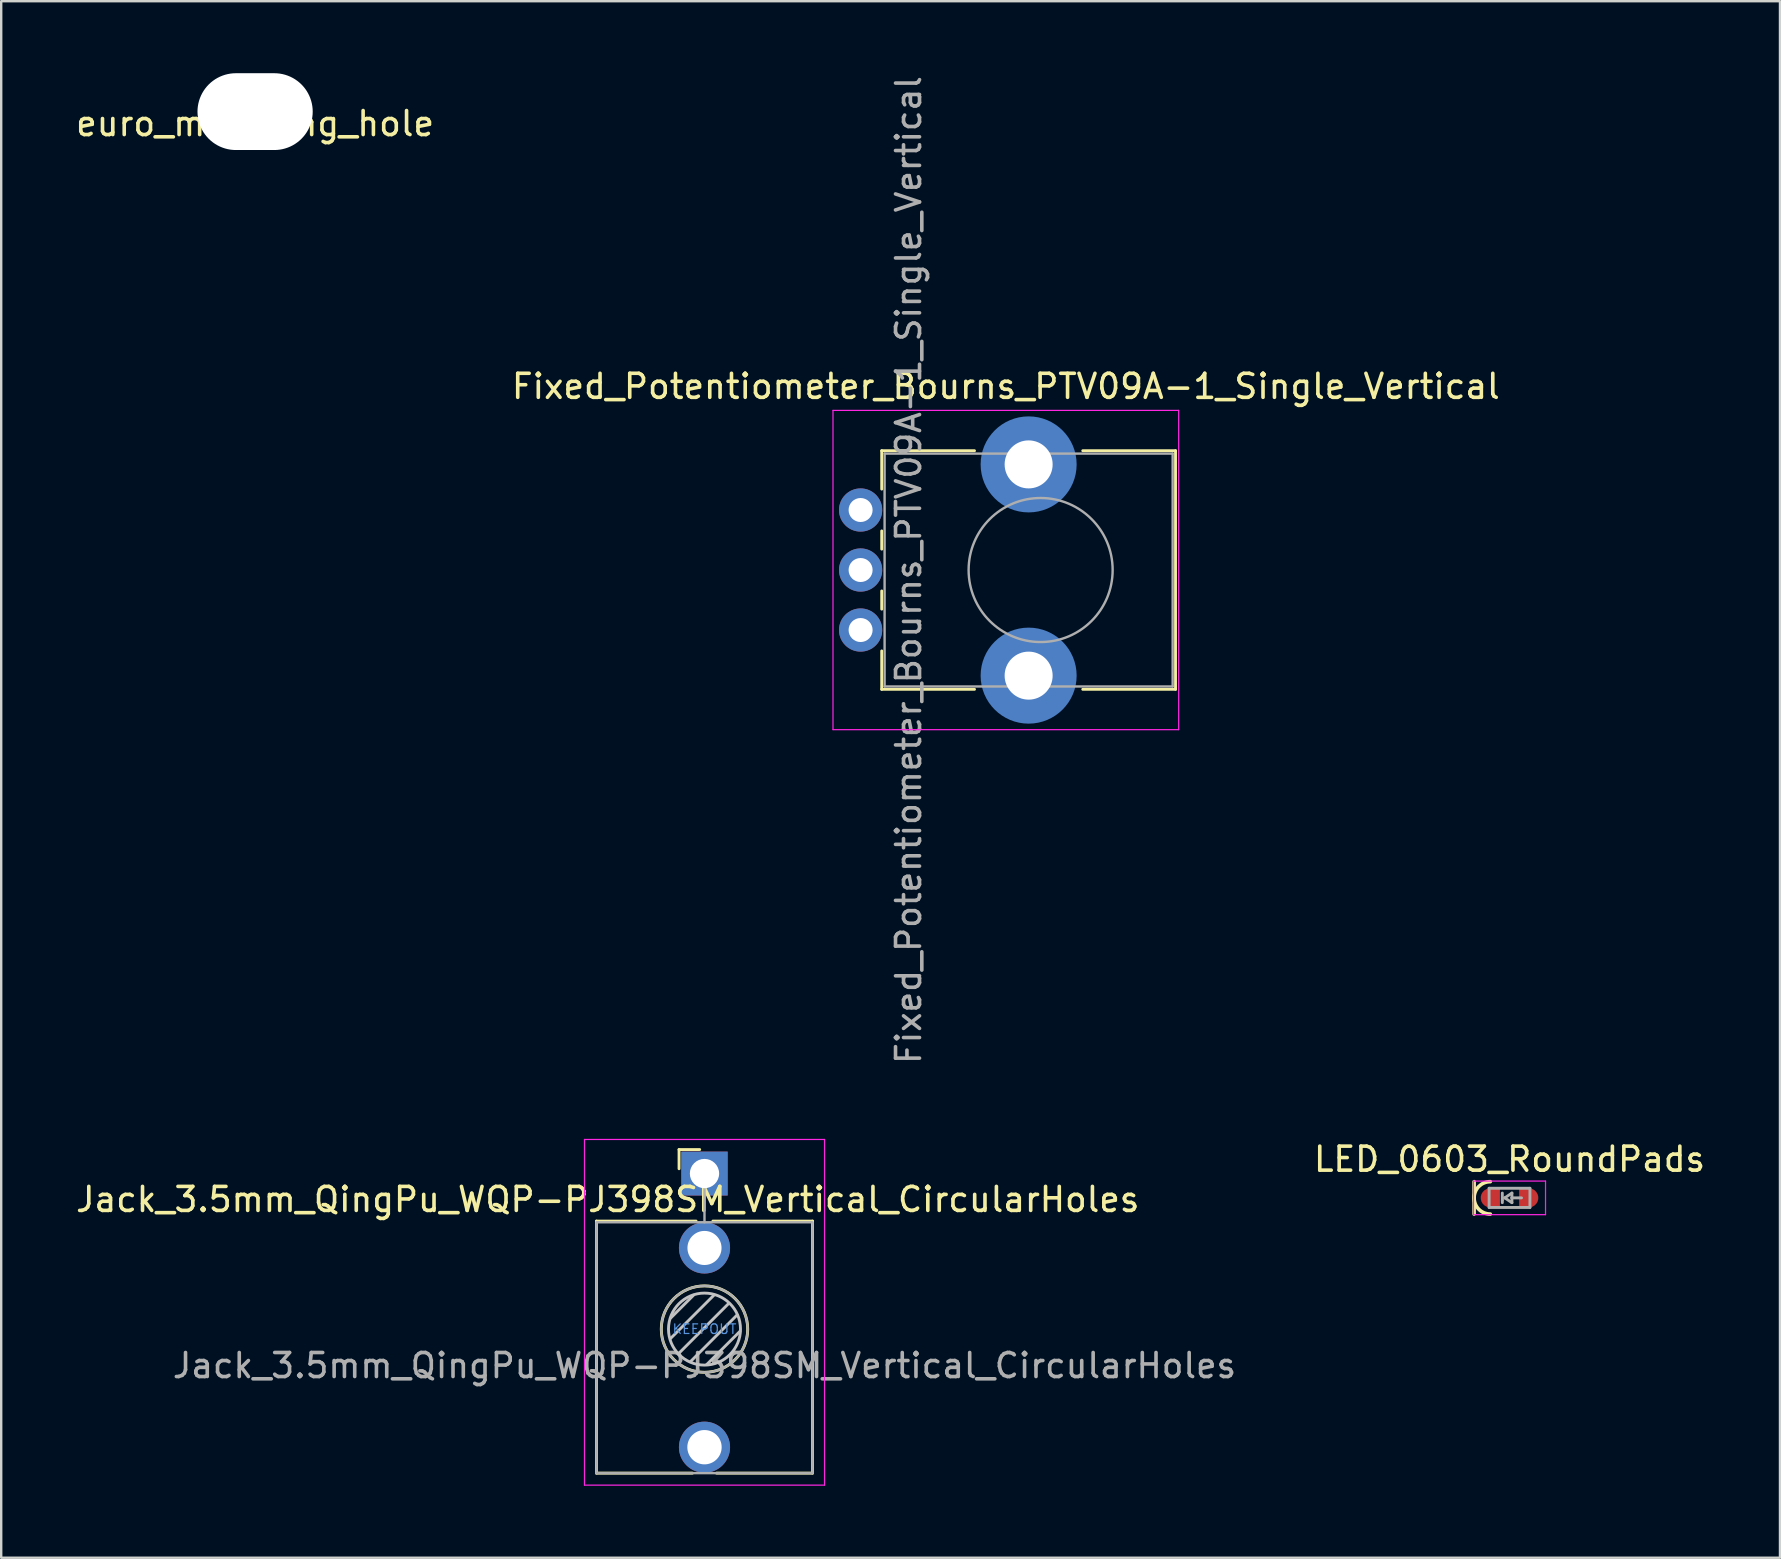
<source format=kicad_pcb>
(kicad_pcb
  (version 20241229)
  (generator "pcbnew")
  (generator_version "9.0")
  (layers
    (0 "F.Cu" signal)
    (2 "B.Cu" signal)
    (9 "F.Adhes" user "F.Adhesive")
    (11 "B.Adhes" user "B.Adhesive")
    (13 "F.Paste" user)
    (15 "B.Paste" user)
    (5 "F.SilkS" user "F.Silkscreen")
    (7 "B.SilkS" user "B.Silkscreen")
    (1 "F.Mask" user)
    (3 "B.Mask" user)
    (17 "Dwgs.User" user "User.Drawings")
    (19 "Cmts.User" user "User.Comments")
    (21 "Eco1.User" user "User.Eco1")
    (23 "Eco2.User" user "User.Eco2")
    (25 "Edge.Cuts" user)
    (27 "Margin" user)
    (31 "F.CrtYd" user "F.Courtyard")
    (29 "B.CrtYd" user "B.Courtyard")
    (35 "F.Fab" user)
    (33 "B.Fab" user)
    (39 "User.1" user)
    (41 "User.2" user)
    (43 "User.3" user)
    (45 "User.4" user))
  (footprint "LED_0603_RoundPads"
    (layer "F.Cu")
    (at 59.834 46.851)
    (property "Reference" "LED_0603_RoundPads" (at 0 -1.61 0) (layer "F.SilkS") (effects (font (size 1 1) (thickness 0.15))))
    (attr smd)
    (fp_line (start -1.475 -0.675) (end -1.475 0.675) (stroke (width 0.15) (type solid)) (layer "F.SilkS"))
    (fp_arc (start -0.8 0.675) (mid -1.475 0) (end -0.8 -0.675) (stroke (width 0.15) (type solid)) (layer "F.SilkS"))
    (fp_line (start -1.5 -0.7) (end 1.5 -0.7) (stroke (width 0.05) (type solid)) (layer "F.CrtYd"))
    (fp_line (start -1.5 0.7) (end -1.5 -0.7) (stroke (width 0.05) (type solid)) (layer "F.CrtYd"))
    (fp_line (start -1.5 0.7) (end 1.5 0.7) (stroke (width 0.05) (type solid)) (layer "F.CrtYd"))
    (fp_line (start 1.5 0.7) (end 1.5 -0.7) (stroke (width 0.05) (type solid)) (layer "F.CrtYd"))
    (fp_line (start -0.85 -0.4) (end 0.85 -0.4) (stroke (width 0.12) (type solid)) (layer "F.Fab"))
    (fp_line (start -0.85 0.4) (end -0.85 -0.4) (stroke (width 0.12) (type solid)) (layer "F.Fab"))
    (fp_line (start -0.85 0.4) (end 0.85 0.4) (stroke (width 0.12) (type solid)) (layer "F.Fab"))
    (fp_line (start -0.3 -0.2) (end -0.3 0.1) (stroke (width 0.12) (type solid)) (layer "F.Fab"))
    (fp_line (start -0.3 0.2) (end -0.3 0.1) (stroke (width 0.12) (type solid)) (layer "F.Fab"))
    (fp_line (start -0.2 0) (end 0.1 0.2) (stroke (width 0.12) (type solid)) (layer "F.Fab"))
    (fp_line (start 0.1 -0.2) (end -0.2 0) (stroke (width 0.12) (type solid)) (layer "F.Fab"))
    (fp_line (start 0.1 0) (end 0.1 -0.2) (stroke (width 0.12) (type solid)) (layer "F.Fab"))
    (fp_line (start 0.1 0.2) (end 0.1 0) (stroke (width 0.12) (type solid)) (layer "F.Fab"))
    (fp_line (start 0.5 0) (end 0.1 0) (stroke (width 0.12) (type solid)) (layer "F.Fab"))
    (fp_line (start 0.85 0.4) (end 0.85 -0.4) (stroke (width 0.12) (type solid)) (layer "F.Fab"))
    (pad "1" smd custom (at -0.8 0 180) (size 0.8 0.8) (layers "F.Cu" "F.Mask" "F.Paste") (options (anchor circle)) (primitives (gr_poly (pts (xy 0 0.4) (xy -0.4 0.4) (xy -0.4 -0.4) (xy 0 -0.4)) (width 0) (fill yes))))
    (pad "2" smd custom (at 0.8 0) (size 0.8 0.8) (layers "F.Cu" "F.Mask" "F.Paste") (options (anchor circle)) (primitives (gr_poly (pts (xy 0 0.4) (xy -0.4 0.4) (xy -0.4 -0.4) (xy 0 -0.4)) (width 0) (fill yes)))))
  (footprint "euro_mounting_hole"
    (layer "F.Cu")
    (at 7.577 1.6)
    (property "Reference" "euro_mounting_hole" (at 0 0.5 0) (layer "F.SilkS") (effects (font (size 1 1) (thickness 0.15))))
    (attr through_hole)
    (pad "" np_thru_hole oval (at 0 0) (size 4.8 3.2) (drill oval 4.8 3.2) (layers "*.Cu" "*.Mask")))
  (footprint "Jack_3.5mm_QingPu_WQP-PJ398SM_Vertical_CircularHoles"
    (layer "F.Cu")
    (at 26.298 45.838)
    (property "Reference" "Jack_3.5mm_QingPu_WQP-PJ398SM_Vertical_CircularHoles" (at -4.03 1.08 180) (layer "F.SilkS") (effects (font (size 1 1) (thickness 0.15))))
    (attr through_hole)
    (fp_line (start -4.5 1.98) (end -4.5 12.48) (stroke (width 0.12) (type solid)) (layer "F.SilkS"))
    (fp_line (start -1.06 -1) (end -1.06 -0.2) (stroke (width 0.12) (type solid)) (layer "F.SilkS"))
    (fp_line (start -1.06 -1) (end -0.2 -1) (stroke (width 0.12) (type solid)) (layer "F.SilkS"))
    (fp_line (start -0.5 12.48) (end -4.5 12.48) (stroke (width 0.12) (type solid)) (layer "F.SilkS"))
    (fp_line (start -0.35 1.98) (end -4.5 1.98) (stroke (width 0.12) (type solid)) (layer "F.SilkS"))
    (fp_line (start 4.5 1.98) (end 0.35 1.98) (stroke (width 0.12) (type solid)) (layer "F.SilkS"))
    (fp_line (start 4.5 1.98) (end 4.5 12.48) (stroke (width 0.12) (type solid)) (layer "F.SilkS"))
    (fp_line (start 4.5 12.48) (end 0.5 12.48) (stroke (width 0.12) (type solid)) (layer "F.SilkS"))
    (fp_circle (center 0 6.48) (end 1.8 6.48) (stroke (width 0.12) (type solid)) (fill no) (layer "F.SilkS"))
    (fp_line (start -1.42 6.875) (end 0.4 5.06) (stroke (width 0.12) (type solid)) (layer "Dwgs.User"))
    (fp_line (start -1.41 6.02) (end -0.46 5.07) (stroke (width 0.12) (type solid)) (layer "Dwgs.User"))
    (fp_line (start -1.07 7.49) (end 1.01 5.41) (stroke (width 0.12) (type solid)) (layer "Dwgs.User"))
    (fp_line (start -0.58 7.83) (end 1.36 5.89) (stroke (width 0.12) (type solid)) (layer "Dwgs.User"))
    (fp_line (start 0.09 7.96) (end 1.48 6.57) (stroke (width 0.12) (type solid)) (layer "Dwgs.User"))
    (fp_circle (center 0 6.48) (end 1.5 6.48) (stroke (width 0.12) (type solid)) (fill no) (layer "Dwgs.User"))
    (fp_line (start -5 12.98) (end -5 -1.42) (stroke (width 0.05) (type solid)) (layer "F.CrtYd"))
    (fp_line (start 5 -1.42) (end -5 -1.42) (stroke (width 0.05) (type solid)) (layer "F.CrtYd"))
    (fp_line (start 5 12.98) (end -5 12.98) (stroke (width 0.05) (type solid)) (layer "F.CrtYd"))
    (fp_line (start 5 12.98) (end 5 -1.42) (stroke (width 0.05) (type solid)) (layer "F.CrtYd"))
    (fp_line (start -4.5 12.48) (end -4.5 2.08) (stroke (width 0.1) (type solid)) (layer "F.Fab"))
    (fp_line (start 0 0) (end 0 2.03) (stroke (width 0.1) (type solid)) (layer "F.Fab"))
    (fp_line (start 4.5 2.03) (end -4.5 2.03) (stroke (width 0.1) (type solid)) (layer "F.Fab"))
    (fp_line (start 4.5 12.48) (end -4.5 12.48) (stroke (width 0.1) (type solid)) (layer "F.Fab"))
    (fp_line (start 4.5 12.48) (end 4.5 2.08) (stroke (width 0.1) (type solid)) (layer "F.Fab"))
    (fp_circle (center 0 6.48) (end 1.8 6.48) (stroke (width 0.1) (type solid)) (fill no) (layer "F.Fab"))
    (fp_text user "KEEPOUT" (at 0 6.48 0) (layer "Cmts.User") (effects (font (size 0.4 0.4) (thickness 0.051))))
    (fp_text user "${REFERENCE}" (at 0 8 180) (layer "F.Fab") (effects (font (size 1 1) (thickness 0.15))))
    (pad "S" thru_hole rect (at 0 0 180) (size 1.93 1.83) (drill 1.22) (layers "*.Cu" "*.Mask"))
    (pad "T" thru_hole circle (at 0 11.4 180) (size 2.13 2.13) (drill 1.43) (layers "*.Cu" "*.Mask"))
    (pad "TN" thru_hole circle (at 0 3.1 180) (size 2.13 2.13) (drill 1.42) (layers "*.Cu" "*.Mask")))
  (footprint "Fixed_Potentiometer_Bourns_PTV09A-1_Single_Vertical"
    (layer "F.Cu")
    (at 40.301 20.696)
    (property "Reference" "Fixed_Potentiometer_Bourns_PTV09A-1_Single_Vertical" (at -1.45 -7.65 0) (layer "F.SilkS") (effects (font (size 1 1) (thickness 0.15))))
    (attr through_hole)
    (fp_line (start -6.62 -4.97) (end -6.62 -3.371) (stroke (width 0.12) (type solid)) (layer "F.SilkS"))
    (fp_line (start -6.62 -4.97) (end -2.755 -4.97) (stroke (width 0.12) (type solid)) (layer "F.SilkS"))
    (fp_line (start -6.62 -1.629) (end -6.62 -0.87) (stroke (width 0.12) (type solid)) (layer "F.SilkS"))
    (fp_line (start -6.62 0.871) (end -6.62 1.63) (stroke (width 0.12) (type solid)) (layer "F.SilkS"))
    (fp_line (start -6.62 3.37) (end -6.62 4.97) (stroke (width 0.12) (type solid)) (layer "F.SilkS"))
    (fp_line (start -6.62 4.97) (end -2.755 4.97) (stroke (width 0.12) (type solid)) (layer "F.SilkS"))
    (fp_line (start 1.755 -4.97) (end 5.62 -4.97) (stroke (width 0.12) (type solid)) (layer "F.SilkS"))
    (fp_line (start 1.755 4.97) (end 5.62 4.97) (stroke (width 0.12) (type solid)) (layer "F.SilkS"))
    (fp_line (start 5.62 -4.97) (end 5.62 4.97) (stroke (width 0.12) (type solid)) (layer "F.SilkS"))
    (fp_line (start -8.65 -6.65) (end -8.65 6.65) (stroke (width 0.05) (type solid)) (layer "F.CrtYd"))
    (fp_line (start -8.65 6.65) (end 5.75 6.65) (stroke (width 0.05) (type solid)) (layer "F.CrtYd"))
    (fp_line (start 5.75 -6.65) (end -8.65 -6.65) (stroke (width 0.05) (type solid)) (layer "F.CrtYd"))
    (fp_line (start 5.75 6.65) (end 5.75 -6.65) (stroke (width 0.05) (type solid)) (layer "F.CrtYd"))
    (fp_line (start -6.5 -4.85) (end -6.5 4.85) (stroke (width 0.1) (type solid)) (layer "F.Fab"))
    (fp_line (start -6.5 4.85) (end 5.5 4.85) (stroke (width 0.1) (type solid)) (layer "F.Fab"))
    (fp_line (start 5.5 -4.85) (end -6.5 -4.85) (stroke (width 0.1) (type solid)) (layer "F.Fab"))
    (fp_line (start 5.5 4.85) (end 5.5 -4.85) (stroke (width 0.1) (type solid)) (layer "F.Fab"))
    (fp_circle (center 0 0) (end 3 0) (stroke (width 0.1) (type solid)) (fill no) (layer "F.Fab"))
    (fp_text user "${REFERENCE}" (at -5.5 0 90) (layer "F.Fab") (effects (font (size 1 1) (thickness 0.15))))
    (pad "1" thru_hole circle (at -7.5 2.5) (size 1.8 1.8) (drill 1) (layers "*.Cu" "*.Mask"))
    (pad "2" thru_hole circle (at -7.5 0) (size 1.8 1.8) (drill 1) (layers "*.Cu" "*.Mask"))
    (pad "3" thru_hole circle (at -7.5 -2.5) (size 1.8 1.8) (drill 1) (layers "*.Cu" "*.Mask"))
    (pad "3" thru_hole circle (at -0.5 -4.4 90) (size 3 3) (drill 2) (layers "*.Cu" "*.Mask"))
    (pad "3" smd circle (at -0.5 -4.4) (size 4 4) (layers "B.Cu" "B.Mask" "B.Paste"))
    (pad "3" thru_hole circle (at -0.5 4.4) (size 3 3) (drill 2) (layers "*.Cu" "*.Mask"))
    (pad "3" smd circle (at -0.5 4.4) (size 4 4) (layers "B.Cu" "B.Mask" "B.Paste")))
  (gr_rect
    (start -3 -3)
    (end 71.101 61.843)
    (stroke (width 0.1) (type default))
    (fill no)
    (layer "Edge.Cuts")))
</source>
